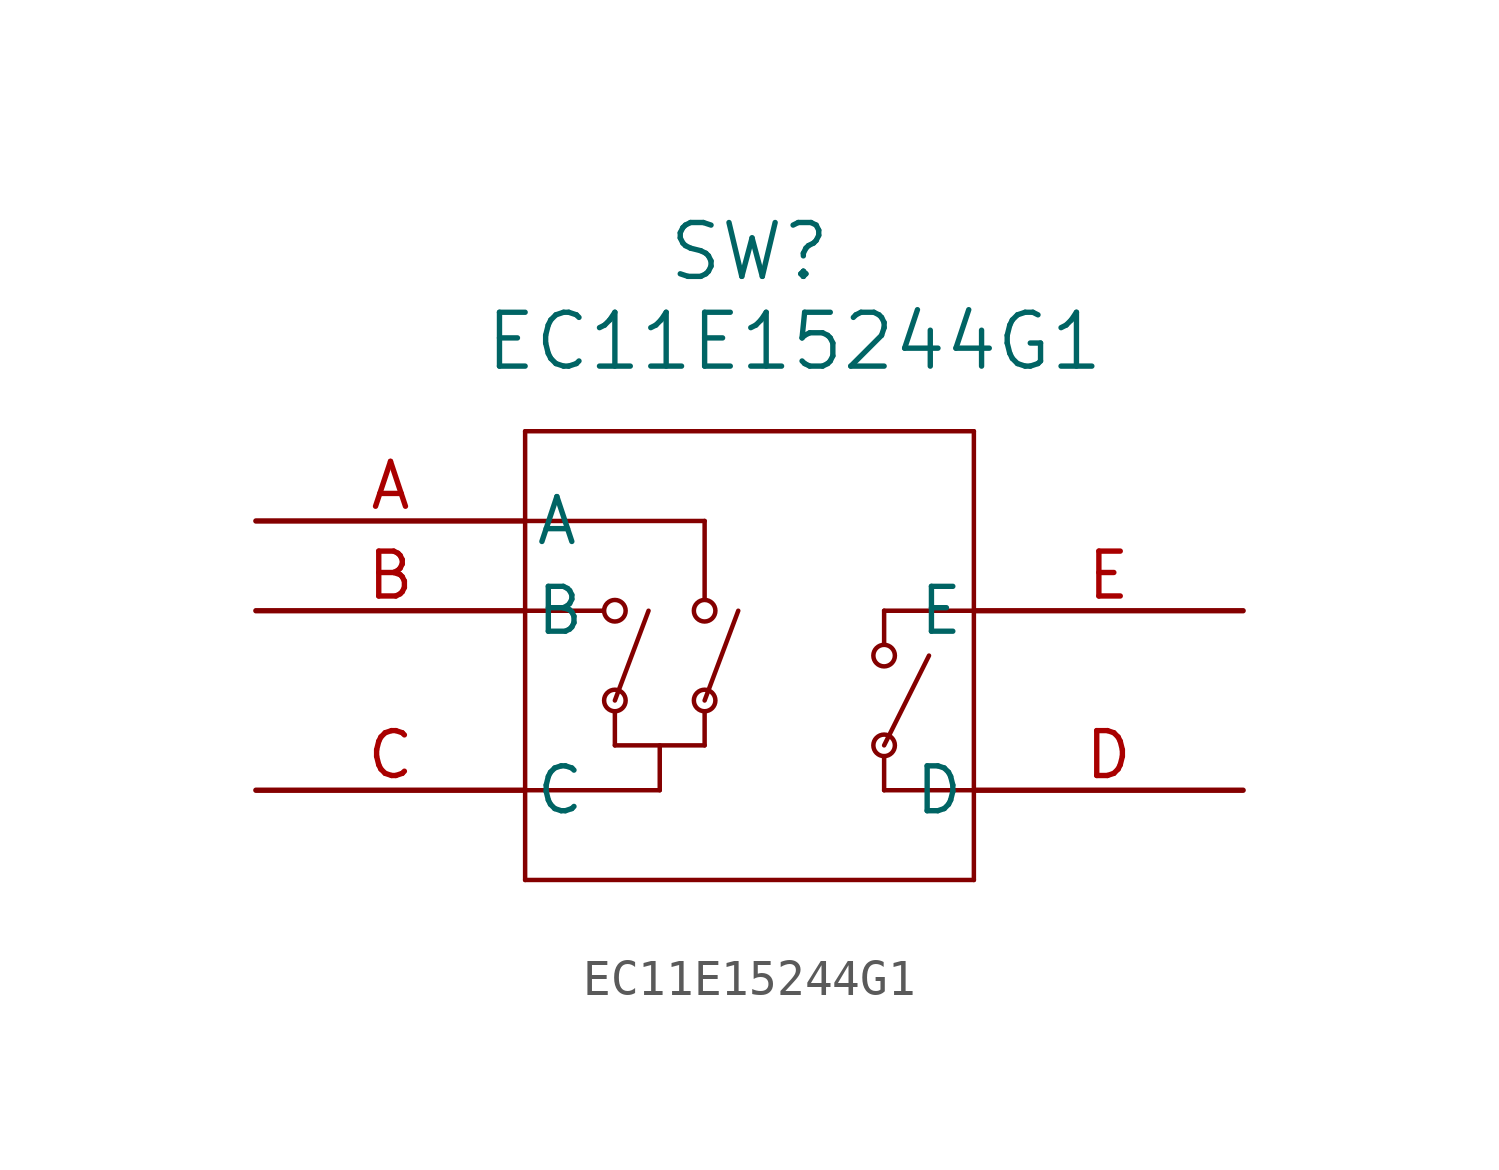
<source format=kicad_sym>
(kicad_symbol_lib
  (version 20211014)
  (generator kicad_symbol_editor)
  (symbol "EC11E15244G1"
    (pin_names
      (offset 0.254))
    (property "Reference" "SW"
      (at 13.97 7.62 0)
      (effects (font (size 1.524 1.524))))
    (property "Value" "EC11E15244G1"
      (at 15.24 5.08 0)
      (effects (font (size 1.524 1.524))))
    (symbol "EC11E15244G1_0_1"
      (polyline (pts (xy 7.62 2.54) (xy 7.62 -10.16)) (stroke (width 0.127) (type default) (color 0 0 0 0)) (fill (type none)))
      (polyline (pts (xy 7.62 -10.16) (xy 20.32 -10.16)) (stroke (width 0.127) (type default) (color 0 0 0 0)) (fill (type none)))
      (polyline (pts (xy 20.32 -10.16) (xy 20.32 2.54)) (stroke (width 0.127) (type default) (color 0 0 0 0)) (fill (type none)))
      (polyline (pts (xy 20.32 2.54) (xy 7.62 2.54)) (stroke (width 0.127) (type default) (color 0 0 0 0)) (fill (type none)))
      (polyline (pts (xy 7.62 -2.54) (xy 9.842 -2.54)) (stroke (width 0.127) (type default) (color 0 0 0 0)) (fill (type none)))
      (polyline (pts (xy 7.62 -7.62) (xy 11.43 -7.62)) (stroke (width 0.127) (type default) (color 0 0 0 0)) (fill (type none)))
      (polyline (pts (xy 11.43 -7.62) (xy 11.43 -6.35)) (stroke (width 0.127) (type default) (color 0 0 0 0)) (fill (type none)))
      (polyline (pts (xy 10.16 -6.35) (xy 12.7 -6.35)) (stroke (width 0.127) (type default) (color 0 0 0 0)) (fill (type none)))
      (polyline (pts (xy 12.7 -6.35) (xy 12.7 -5.385)) (stroke (width 0.127) (type default) (color 0 0 0 0)) (fill (type none)))
      (polyline (pts (xy 12.7 -2.223) (xy 12.7 0)) (stroke (width 0.127) (type default) (color 0 0 0 0)) (fill (type none)))
      (polyline (pts (xy 12.7 0) (xy 7.62 0)) (stroke (width 0.127) (type default) (color 0 0 0 0)) (fill (type none)))
      (circle (center 10.16 -2.54) (radius 0.305) (stroke (width 0.127) (type default) (color 0 0 0 0)) (fill (type none)))
      (circle (center 12.7 -2.54) (radius 0.305) (stroke (width 0.127) (type default) (color 0 0 0 0)) (fill (type none)))
      (polyline (pts (xy 10.16 -5.385) (xy 10.16 -6.35)) (stroke (width 0.127) (type default) (color 0 0 0 0)) (fill (type none)))
      (circle (center 10.16 -5.08) (radius 0.305) (stroke (width 0.127) (type default) (color 0 0 0 0)) (fill (type none)))
      (circle (center 12.7 -5.08) (radius 0.305) (stroke (width 0.127) (type default) (color 0 0 0 0)) (fill (type none)))
      (polyline (pts (xy 10.16 -5.08) (xy 11.113 -2.54)) (stroke (width 0.127) (type default) (color 0 0 0 0)) (fill (type none)))
      (polyline (pts (xy 12.7 -5.08) (xy 13.652 -2.54)) (stroke (width 0.127) (type default) (color 0 0 0 0)) (fill (type none)))
      (polyline (pts (xy 20.32 -2.54) (xy 17.78 -2.54)) (stroke (width 0.127) (type default) (color 0 0 0 0)) (fill (type none)))
      (polyline (pts (xy 20.32 -7.62) (xy 17.78 -7.62)) (stroke (width 0.127) (type default) (color 0 0 0 0)) (fill (type none)))
      (polyline (pts (xy 17.78 -6.655) (xy 17.78 -7.62)) (stroke (width 0.127) (type default) (color 0 0 0 0)) (fill (type none)))
      (polyline (pts (xy 17.78 -3.493) (xy 17.78 -2.54)) (stroke (width 0.127) (type default) (color 0 0 0 0)) (fill (type none)))
      (circle (center 17.78 -3.81) (radius 0.305) (stroke (width 0.127) (type default) (color 0 0 0 0)) (fill (type none)))
      (circle (center 17.78 -6.35) (radius 0.305) (stroke (width 0.127) (type default) (color 0 0 0 0)) (fill (type none)))
      (polyline (pts (xy 17.78 -6.35) (xy 19.05 -3.81)) (stroke (width 0.127) (type default) (color 0 0 0 0)) (fill (type none)))
      (pin unspecified line (at 0 0 0) (length 7.62) (name "A" (effects (font (size 1.27 1.27)))) (number "A" (effects (font (size 1.27 1.27)))))
      (pin unspecified line (at 0 -2.54 0) (length 7.62) (name "B" (effects (font (size 1.27 1.27)))) (number "B" (effects (font (size 1.27 1.27)))))
      (pin unspecified line (at 0 -7.62 0) (length 7.62) (name "C" (effects (font (size 1.27 1.27)))) (number "C" (effects (font (size 1.27 1.27)))))
      (pin unspecified line (at 27.94 -7.62 180) (length 7.62) (name "D" (effects (font (size 1.27 1.27)))) (number "D" (effects (font (size 1.27 1.27)))))
      (pin unspecified line (at 27.94 -2.54 180) (length 7.62) (name "E" (effects (font (size 1.27 1.27)))) (number "E" (effects (font (size 1.27 1.27))))))))
</source>
